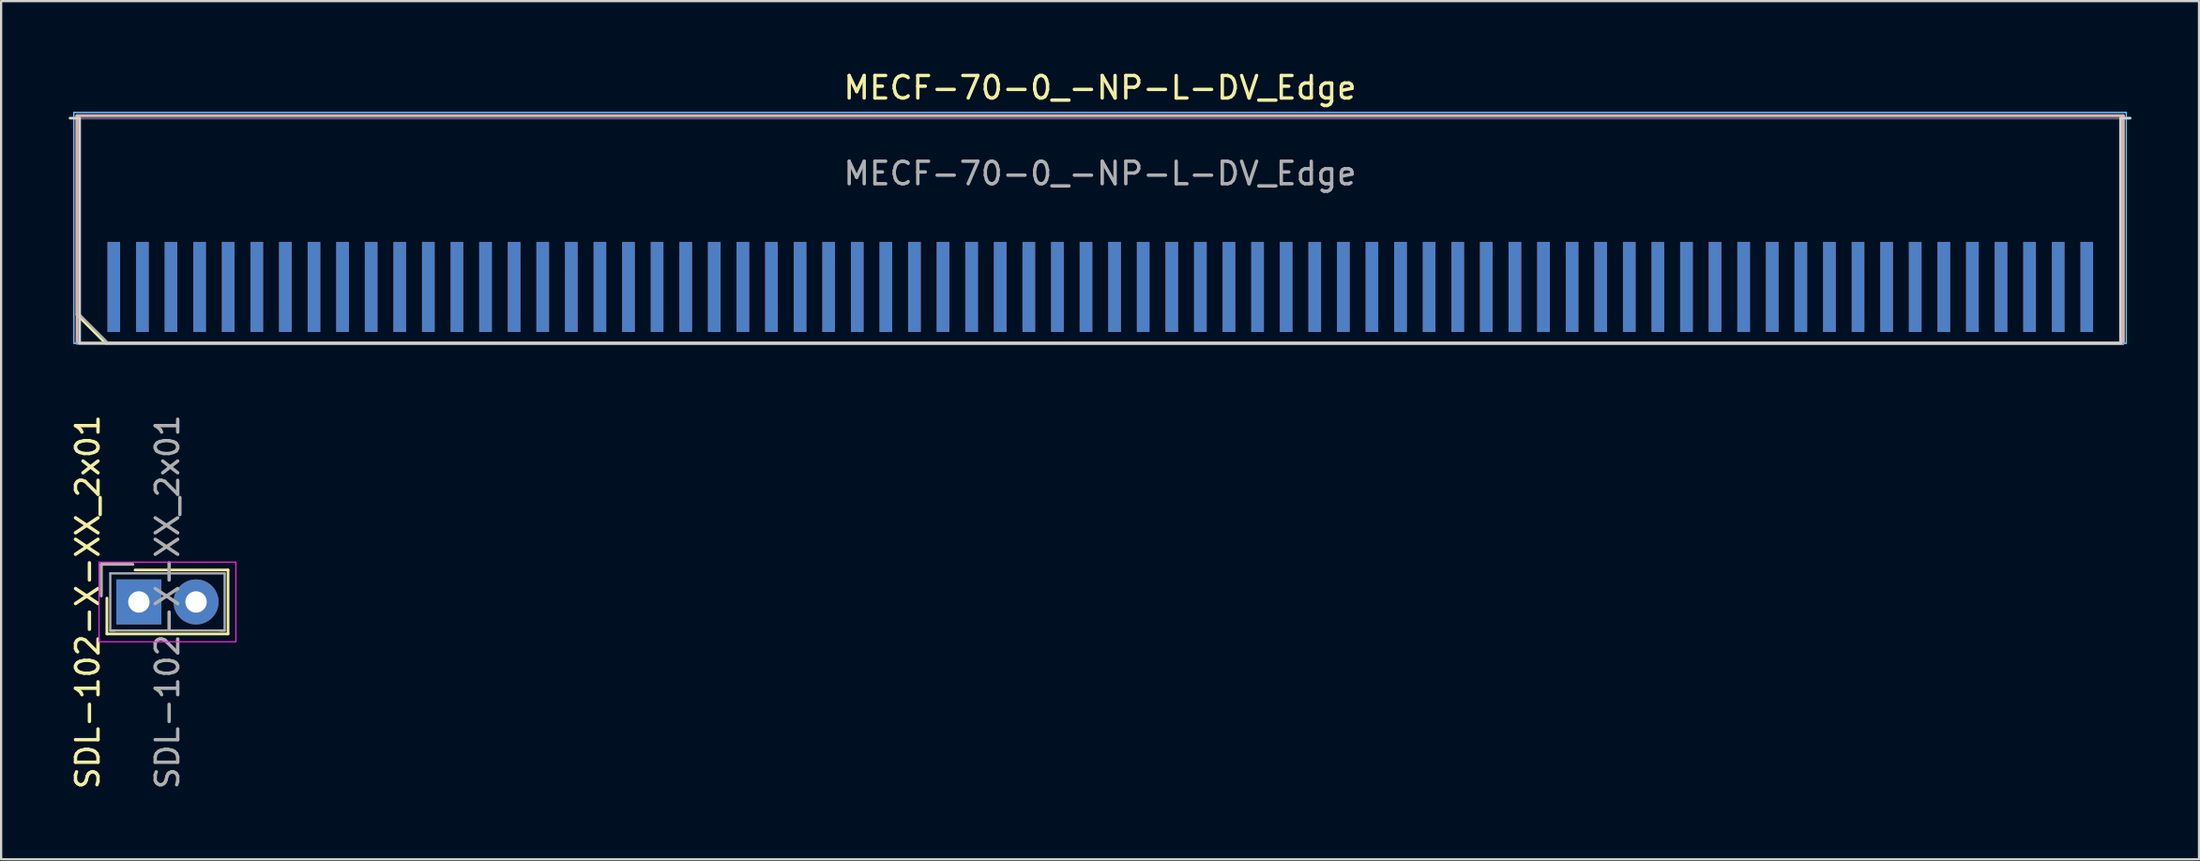
<source format=kicad_pcb>
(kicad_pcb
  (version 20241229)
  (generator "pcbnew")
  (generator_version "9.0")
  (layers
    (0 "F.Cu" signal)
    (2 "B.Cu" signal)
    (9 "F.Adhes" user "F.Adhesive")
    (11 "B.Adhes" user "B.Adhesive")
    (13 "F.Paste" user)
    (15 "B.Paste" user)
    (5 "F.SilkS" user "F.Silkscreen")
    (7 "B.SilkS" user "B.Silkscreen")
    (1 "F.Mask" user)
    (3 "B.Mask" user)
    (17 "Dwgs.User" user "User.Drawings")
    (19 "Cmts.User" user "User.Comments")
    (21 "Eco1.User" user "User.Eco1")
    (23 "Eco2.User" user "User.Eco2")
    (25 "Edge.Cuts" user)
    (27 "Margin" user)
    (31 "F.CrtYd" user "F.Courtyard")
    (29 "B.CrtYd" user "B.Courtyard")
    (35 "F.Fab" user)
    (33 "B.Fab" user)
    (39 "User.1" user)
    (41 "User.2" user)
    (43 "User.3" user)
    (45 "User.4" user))
  (footprint "SDL-102-X-XX_2x01"
    (layer "F.Cu")
    (at 3.118 23.693)
    (property "Reference" "SDL-102-X-XX_2x01" (at -2.27 0 90) (layer "F.SilkS") (effects (font (size 1 1) (thickness 0.15))))
    (attr through_hole)
    (fp_line (start -1.67 -1.67) (end -1.67 -0.27) (stroke (width 0.12) (type solid)) (layer "F.SilkS"))
    (fp_line (start -1.42 1.42) (end -1.42 -0.17) (stroke (width 0.12) (type solid)) (layer "F.SilkS"))
    (fp_line (start -0.27 -1.67) (end -1.67 -1.67) (stroke (width 0.12) (type solid)) (layer "F.SilkS"))
    (fp_line (start -0.17 -1.42) (end 3.96 -1.42) (stroke (width 0.12) (type solid)) (layer "F.SilkS"))
    (fp_line (start 3.96 -1.42) (end 3.96 1.42) (stroke (width 0.12) (type solid)) (layer "F.SilkS"))
    (fp_line (start 3.96 1.42) (end -1.42 1.42) (stroke (width 0.12) (type solid)) (layer "F.SilkS"))
    (fp_line (start -1.77 -1.77) (end -1.77 1.77) (stroke (width 0.05) (type solid)) (layer "F.CrtYd"))
    (fp_line (start -1.77 1.77) (end 4.31 1.77) (stroke (width 0.05) (type solid)) (layer "F.CrtYd"))
    (fp_line (start 4.31 -1.77) (end -1.77 -1.77) (stroke (width 0.05) (type solid)) (layer "F.CrtYd"))
    (fp_line (start 4.31 1.77) (end 4.31 -1.77) (stroke (width 0.05) (type solid)) (layer "F.CrtYd"))
    (fp_line (start -1.67 -1.67) (end -1.67 -0.27) (stroke (width 0.1) (type solid)) (layer "F.Fab"))
    (fp_line (start -1.27 -1.27) (end -1.27 1.27) (stroke (width 0.1) (type solid)) (layer "F.Fab"))
    (fp_line (start -1.27 1.27) (end -1.07 1.27) (stroke (width 0.1) (type solid)) (layer "F.Fab"))
    (fp_line (start -1.27 1.27) (end 3.81 1.27) (stroke (width 0.1) (type solid)) (layer "F.Fab"))
    (fp_line (start -0.27 -1.67) (end -1.67 -1.67) (stroke (width 0.1) (type solid)) (layer "F.Fab"))
    (fp_line (start 3.81 -1.27) (end -1.27 -1.27) (stroke (width 0.1) (type solid)) (layer "F.Fab"))
    (fp_line (start 3.81 1.27) (end 3.61 1.27) (stroke (width 0.1) (type solid)) (layer "F.Fab"))
    (fp_line (start 3.81 1.27) (end 3.81 -1.27) (stroke (width 0.1) (type solid)) (layer "F.Fab"))
    (fp_text user "${REFERENCE}" (at 1.27 0 90) (layer "F.Fab") (effects (font (size 1 1) (thickness 0.15))))
    (pad "1" thru_hole rect (at 0 0) (size 2 2) (drill 0.95) (layers "*.Cu" "*.Mask"))
    (pad "2" thru_hole circle (at 2.54 0) (size 2 2) (drill 0.95) (layers "*.Cu" "*.Mask")))
  (footprint "MECF-70-0_-NP-L-DV_Edge"
    (layer "F.Cu")
    (at 45.81 7.198)
    (property "Reference" "MECF-70-0_-NP-L-DV_Edge" (at 0 -6.35 0) (layer "F.SilkS") (effects (font (size 1 1) (thickness 0.15))))
    (attr exclude_from_pos_files exclude_from_bom)
    (fp_line (start -45.44 -5.11) (end 45.44 -5.11) (stroke (width 0.12) (type solid)) (layer "F.SilkS"))
    (fp_line (start -45.44 3.73) (end -45.44 -5.11) (stroke (width 0.12) (type solid)) (layer "F.SilkS"))
    (fp_line (start -44.17 5) (end -45.44 3.73) (stroke (width 0.12) (type solid)) (layer "F.SilkS"))
    (fp_line (start -44.17 5) (end 45.44 5) (stroke (width 0.12) (type solid)) (layer "F.SilkS"))
    (fp_line (start 45.44 5) (end 45.44 -5.11) (stroke (width 0.12) (type solid)) (layer "F.SilkS"))
    (fp_line (start -45.44 -5.11) (end 45.44 -5.11) (stroke (width 0.12) (type solid)) (layer "B.SilkS"))
    (fp_line (start -45.44 5) (end -45.44 -5.11) (stroke (width 0.12) (type solid)) (layer "B.SilkS"))
    (fp_line (start -45.44 5) (end 45.44 5) (stroke (width 0.12) (type solid)) (layer "B.SilkS"))
    (fp_line (start 45.44 5) (end 45.44 -5.11) (stroke (width 0.12) (type solid)) (layer "B.SilkS"))
    (fp_line (start -45.75 -5) (end -45.325 -5) (stroke (width 0.12) (type solid)) (layer "Edge.Cuts"))
    (fp_line (start -45.325 5) (end -45.325 -5) (stroke (width 0.12) (type solid)) (layer "Edge.Cuts"))
    (fp_line (start -45.325 5) (end 45.325 5) (stroke (width 0.12) (type solid)) (layer "Edge.Cuts"))
    (fp_line (start 45.325 5) (end 45.325 -5) (stroke (width 0.12) (type solid)) (layer "Edge.Cuts"))
    (fp_line (start 45.75 -5) (end 45.325 -5) (stroke (width 0.12) (type solid)) (layer "Edge.Cuts"))
    (fp_line (start -45.58 -5.25) (end -45.58 5) (stroke (width 0.05) (type solid)) (layer "B.CrtYd"))
    (fp_line (start -45.58 5) (end 45.58 5) (stroke (width 0.05) (type solid)) (layer "B.CrtYd"))
    (fp_line (start 45.58 -5.25) (end -45.58 -5.25) (stroke (width 0.05) (type solid)) (layer "B.CrtYd"))
    (fp_line (start 45.58 5) (end 45.58 -5.25) (stroke (width 0.05) (type solid)) (layer "B.CrtYd"))
    (fp_line (start -45.58 -5.25) (end -45.58 5) (stroke (width 0.05) (type solid)) (layer "F.CrtYd"))
    (fp_line (start -45.58 5) (end 45.58 5) (stroke (width 0.05) (type solid)) (layer "F.CrtYd"))
    (fp_line (start 45.58 -5.25) (end -45.58 -5.25) (stroke (width 0.05) (type solid)) (layer "F.CrtYd"))
    (fp_line (start 45.58 5) (end 45.58 -5.25) (stroke (width 0.05) (type solid)) (layer "F.CrtYd"))
    (fp_line (start -45.325 -5) (end 45.325 -5) (stroke (width 0.1) (type solid)) (layer "B.Fab"))
    (fp_line (start -45.325 5) (end -45.325 -5) (stroke (width 0.1) (type solid)) (layer "B.Fab"))
    (fp_line (start -45.325 5) (end 45.325 5) (stroke (width 0.1) (type solid)) (layer "B.Fab"))
    (fp_line (start 45.325 5) (end 45.325 -5) (stroke (width 0.1) (type solid)) (layer "B.Fab"))
    (fp_line (start -45.325 -5) (end 45.325 -5) (stroke (width 0.1) (type solid)) (layer "F.Fab"))
    (fp_line (start -45.325 3.73) (end -45.325 -5) (stroke (width 0.1) (type solid)) (layer "F.Fab"))
    (fp_line (start -45.325 3.73) (end -44.055 5) (stroke (width 0.1) (type solid)) (layer "F.Fab"))
    (fp_line (start -44.055 5) (end 45.325 5) (stroke (width 0.1) (type solid)) (layer "F.Fab"))
    (fp_line (start 45.325 5) (end 45.325 -5) (stroke (width 0.1) (type solid)) (layer "F.Fab"))
    (fp_text user "${REFERENCE}" (at 0 -2.54 0) (layer "F.Fab") (effects (font (size 1 1) (thickness 0.15))))
    (pad "1" smd rect (at -43.805 2.5) (size 0.56 4) (layers "F.Cu" "F.Mask" "F.Paste"))
    (pad "2" smd rect (at -43.805 2.5) (size 0.56 4) (layers "B.Cu" "B.Mask" "B.Paste"))
    (pad "3" smd rect (at -42.535 2.5) (size 0.56 4) (layers "F.Cu" "F.Mask" "F.Paste"))
    (pad "4" smd rect (at -42.535 2.5) (size 0.56 4) (layers "B.Cu" "B.Mask" "B.Paste"))
    (pad "5" smd rect (at -41.265 2.5) (size 0.56 4) (layers "F.Cu" "F.Mask" "F.Paste"))
    (pad "6" smd rect (at -41.265 2.5) (size 0.56 4) (layers "B.Cu" "B.Mask" "B.Paste"))
    (pad "7" smd rect (at -39.995 2.5) (size 0.56 4) (layers "F.Cu" "F.Mask" "F.Paste"))
    (pad "8" smd rect (at -39.995 2.5) (size 0.56 4) (layers "B.Cu" "B.Mask" "B.Paste"))
    (pad "9" smd rect (at -38.725 2.5) (size 0.56 4) (layers "F.Cu" "F.Mask" "F.Paste"))
    (pad "10" smd rect (at -38.725 2.5) (size 0.56 4) (layers "B.Cu" "B.Mask" "B.Paste"))
    (pad "11" smd rect (at -37.455 2.5) (size 0.56 4) (layers "F.Cu" "F.Mask" "F.Paste"))
    (pad "12" smd rect (at -37.455 2.5) (size 0.56 4) (layers "B.Cu" "B.Mask" "B.Paste"))
    (pad "13" smd rect (at -36.185 2.5) (size 0.56 4) (layers "F.Cu" "F.Mask" "F.Paste"))
    (pad "14" smd rect (at -36.185 2.5) (size 0.56 4) (layers "B.Cu" "B.Mask" "B.Paste"))
    (pad "15" smd rect (at -34.915 2.5) (size 0.56 4) (layers "F.Cu" "F.Mask" "F.Paste"))
    (pad "16" smd rect (at -34.915 2.5) (size 0.56 4) (layers "B.Cu" "B.Mask" "B.Paste"))
    (pad "17" smd rect (at -33.645 2.5) (size 0.56 4) (layers "F.Cu" "F.Mask" "F.Paste"))
    (pad "18" smd rect (at -33.645 2.5) (size 0.56 4) (layers "B.Cu" "B.Mask" "B.Paste"))
    (pad "19" smd rect (at -32.375 2.5) (size 0.56 4) (layers "F.Cu" "F.Mask" "F.Paste"))
    (pad "20" smd rect (at -32.375 2.5) (size 0.56 4) (layers "B.Cu" "B.Mask" "B.Paste"))
    (pad "21" smd rect (at -31.105 2.5) (size 0.56 4) (layers "F.Cu" "F.Mask" "F.Paste"))
    (pad "22" smd rect (at -31.105 2.5) (size 0.56 4) (layers "B.Cu" "B.Mask" "B.Paste"))
    (pad "23" smd rect (at -29.835 2.5) (size 0.56 4) (layers "F.Cu" "F.Mask" "F.Paste"))
    (pad "24" smd rect (at -29.835 2.5) (size 0.56 4) (layers "B.Cu" "B.Mask" "B.Paste"))
    (pad "25" smd rect (at -28.565 2.5) (size 0.56 4) (layers "F.Cu" "F.Mask" "F.Paste"))
    (pad "26" smd rect (at -28.565 2.5) (size 0.56 4) (layers "B.Cu" "B.Mask" "B.Paste"))
    (pad "27" smd rect (at -27.295 2.5) (size 0.56 4) (layers "F.Cu" "F.Mask" "F.Paste"))
    (pad "28" smd rect (at -27.295 2.5) (size 0.56 4) (layers "B.Cu" "B.Mask" "B.Paste"))
    (pad "29" smd rect (at -26.025 2.5) (size 0.56 4) (layers "F.Cu" "F.Mask" "F.Paste"))
    (pad "30" smd rect (at -26.025 2.5) (size 0.56 4) (layers "B.Cu" "B.Mask" "B.Paste"))
    (pad "31" smd rect (at -24.755 2.5) (size 0.56 4) (layers "F.Cu" "F.Mask" "F.Paste"))
    (pad "32" smd rect (at -24.755 2.5) (size 0.56 4) (layers "B.Cu" "B.Mask" "B.Paste"))
    (pad "33" smd rect (at -23.485 2.5) (size 0.56 4) (layers "F.Cu" "F.Mask" "F.Paste"))
    (pad "34" smd rect (at -23.485 2.5) (size 0.56 4) (layers "B.Cu" "B.Mask" "B.Paste"))
    (pad "35" smd rect (at -22.215 2.5) (size 0.56 4) (layers "F.Cu" "F.Mask" "F.Paste"))
    (pad "36" smd rect (at -22.215 2.5) (size 0.56 4) (layers "B.Cu" "B.Mask" "B.Paste"))
    (pad "37" smd rect (at -20.945 2.5) (size 0.56 4) (layers "F.Cu" "F.Mask" "F.Paste"))
    (pad "38" smd rect (at -20.945 2.5) (size 0.56 4) (layers "B.Cu" "B.Mask" "B.Paste"))
    (pad "39" smd rect (at -19.675 2.5) (size 0.56 4) (layers "F.Cu" "F.Mask" "F.Paste"))
    (pad "40" smd rect (at -19.675 2.5) (size 0.56 4) (layers "B.Cu" "B.Mask" "B.Paste"))
    (pad "41" smd rect (at -18.405 2.5) (size 0.56 4) (layers "F.Cu" "F.Mask" "F.Paste"))
    (pad "42" smd rect (at -18.405 2.5) (size 0.56 4) (layers "B.Cu" "B.Mask" "B.Paste"))
    (pad "43" smd rect (at -17.135 2.5) (size 0.56 4) (layers "F.Cu" "F.Mask" "F.Paste"))
    (pad "44" smd rect (at -17.135 2.5) (size 0.56 4) (layers "B.Cu" "B.Mask" "B.Paste"))
    (pad "45" smd rect (at -15.865 2.5) (size 0.56 4) (layers "F.Cu" "F.Mask" "F.Paste"))
    (pad "46" smd rect (at -15.865 2.5) (size 0.56 4) (layers "B.Cu" "B.Mask" "B.Paste"))
    (pad "47" smd rect (at -14.595 2.5) (size 0.56 4) (layers "F.Cu" "F.Mask" "F.Paste"))
    (pad "48" smd rect (at -14.595 2.5) (size 0.56 4) (layers "B.Cu" "B.Mask" "B.Paste"))
    (pad "49" smd rect (at -13.325 2.5) (size 0.56 4) (layers "F.Cu" "F.Mask" "F.Paste"))
    (pad "50" smd rect (at -13.325 2.5) (size 0.56 4) (layers "B.Cu" "B.Mask" "B.Paste"))
    (pad "51" smd rect (at -12.055 2.5) (size 0.56 4) (layers "F.Cu" "F.Mask" "F.Paste"))
    (pad "52" smd rect (at -12.055 2.5) (size 0.56 4) (layers "B.Cu" "B.Mask" "B.Paste"))
    (pad "53" smd rect (at -10.785 2.5) (size 0.56 4) (layers "F.Cu" "F.Mask" "F.Paste"))
    (pad "54" smd rect (at -10.785 2.5) (size 0.56 4) (layers "B.Cu" "B.Mask" "B.Paste"))
    (pad "55" smd rect (at -9.515 2.5) (size 0.56 4) (layers "F.Cu" "F.Mask" "F.Paste"))
    (pad "56" smd rect (at -9.515 2.5) (size 0.56 4) (layers "B.Cu" "B.Mask" "B.Paste"))
    (pad "57" smd rect (at -8.245 2.5) (size 0.56 4) (layers "F.Cu" "F.Mask" "F.Paste"))
    (pad "58" smd rect (at -8.245 2.5) (size 0.56 4) (layers "B.Cu" "B.Mask" "B.Paste"))
    (pad "59" smd rect (at -6.975 2.5) (size 0.56 4) (layers "F.Cu" "F.Mask" "F.Paste"))
    (pad "60" smd rect (at -6.975 2.5) (size 0.56 4) (layers "B.Cu" "B.Mask" "B.Paste"))
    (pad "61" smd rect (at -5.705 2.5) (size 0.56 4) (layers "F.Cu" "F.Mask" "F.Paste"))
    (pad "62" smd rect (at -5.705 2.5) (size 0.56 4) (layers "B.Cu" "B.Mask" "B.Paste"))
    (pad "63" smd rect (at -4.435 2.5) (size 0.56 4) (layers "F.Cu" "F.Mask" "F.Paste"))
    (pad "64" smd rect (at -4.435 2.5) (size 0.56 4) (layers "B.Cu" "B.Mask" "B.Paste"))
    (pad "65" smd rect (at -3.165 2.5) (size 0.56 4) (layers "F.Cu" "F.Mask" "F.Paste"))
    (pad "66" smd rect (at -3.165 2.5) (size 0.56 4) (layers "B.Cu" "B.Mask" "B.Paste"))
    (pad "67" smd rect (at -1.895 2.5) (size 0.56 4) (layers "F.Cu" "F.Mask" "F.Paste"))
    (pad "68" smd rect (at -1.895 2.5) (size 0.56 4) (layers "B.Cu" "B.Mask" "B.Paste"))
    (pad "69" smd rect (at -0.625 2.5) (size 0.56 4) (layers "F.Cu" "F.Mask" "F.Paste"))
    (pad "70" smd rect (at -0.625 2.5) (size 0.56 4) (layers "B.Cu" "B.Mask" "B.Paste"))
    (pad "71" smd rect (at 0.645 2.5) (size 0.56 4) (layers "F.Cu" "F.Mask" "F.Paste"))
    (pad "72" smd rect (at 0.645 2.5) (size 0.56 4) (layers "B.Cu" "B.Mask" "B.Paste"))
    (pad "73" smd rect (at 1.915 2.5) (size 0.56 4) (layers "F.Cu" "F.Mask" "F.Paste"))
    (pad "74" smd rect (at 1.915 2.5) (size 0.56 4) (layers "B.Cu" "B.Mask" "B.Paste"))
    (pad "75" smd rect (at 3.185 2.5) (size 0.56 4) (layers "F.Cu" "F.Mask" "F.Paste"))
    (pad "76" smd rect (at 3.185 2.5) (size 0.56 4) (layers "B.Cu" "B.Mask" "B.Paste"))
    (pad "77" smd rect (at 4.455 2.5) (size 0.56 4) (layers "F.Cu" "F.Mask" "F.Paste"))
    (pad "78" smd rect (at 4.455 2.5) (size 0.56 4) (layers "B.Cu" "B.Mask" "B.Paste"))
    (pad "79" smd rect (at 5.725 2.5) (size 0.56 4) (layers "F.Cu" "F.Mask" "F.Paste"))
    (pad "80" smd rect (at 5.725 2.5) (size 0.56 4) (layers "B.Cu" "B.Mask" "B.Paste"))
    (pad "81" smd rect (at 6.995 2.5) (size 0.56 4) (layers "F.Cu" "F.Mask" "F.Paste"))
    (pad "82" smd rect (at 6.995 2.5) (size 0.56 4) (layers "B.Cu" "B.Mask" "B.Paste"))
    (pad "83" smd rect (at 8.265 2.5) (size 0.56 4) (layers "F.Cu" "F.Mask" "F.Paste"))
    (pad "84" smd rect (at 8.265 2.5) (size 0.56 4) (layers "B.Cu" "B.Mask" "B.Paste"))
    (pad "85" smd rect (at 9.535 2.5) (size 0.56 4) (layers "F.Cu" "F.Mask" "F.Paste"))
    (pad "86" smd rect (at 9.535 2.5) (size 0.56 4) (layers "B.Cu" "B.Mask" "B.Paste"))
    (pad "87" smd rect (at 10.805 2.5) (size 0.56 4) (layers "F.Cu" "F.Mask" "F.Paste"))
    (pad "88" smd rect (at 10.805 2.5) (size 0.56 4) (layers "B.Cu" "B.Mask" "B.Paste"))
    (pad "89" smd rect (at 12.075 2.5) (size 0.56 4) (layers "F.Cu" "F.Mask" "F.Paste"))
    (pad "90" smd rect (at 12.075 2.5) (size 0.56 4) (layers "B.Cu" "B.Mask" "B.Paste"))
    (pad "91" smd rect (at 13.345 2.5) (size 0.56 4) (layers "F.Cu" "F.Mask" "F.Paste"))
    (pad "92" smd rect (at 13.345 2.5) (size 0.56 4) (layers "B.Cu" "B.Mask" "B.Paste"))
    (pad "93" smd rect (at 14.615 2.5) (size 0.56 4) (layers "F.Cu" "F.Mask" "F.Paste"))
    (pad "94" smd rect (at 14.615 2.5) (size 0.56 4) (layers "B.Cu" "B.Mask" "B.Paste"))
    (pad "95" smd rect (at 15.885 2.5) (size 0.56 4) (layers "F.Cu" "F.Mask" "F.Paste"))
    (pad "96" smd rect (at 15.885 2.5) (size 0.56 4) (layers "B.Cu" "B.Mask" "B.Paste"))
    (pad "97" smd rect (at 17.155 2.5) (size 0.56 4) (layers "F.Cu" "F.Mask" "F.Paste"))
    (pad "98" smd rect (at 17.155 2.5) (size 0.56 4) (layers "B.Cu" "B.Mask" "B.Paste"))
    (pad "99" smd rect (at 18.425 2.5) (size 0.56 4) (layers "F.Cu" "F.Mask" "F.Paste"))
    (pad "100" smd rect (at 18.425 2.5) (size 0.56 4) (layers "B.Cu" "B.Mask" "B.Paste"))
    (pad "101" smd rect (at 19.695 2.5) (size 0.56 4) (layers "F.Cu" "F.Mask" "F.Paste"))
    (pad "102" smd rect (at 19.695 2.5) (size 0.56 4) (layers "B.Cu" "B.Mask" "B.Paste"))
    (pad "103" smd rect (at 20.965 2.5) (size 0.56 4) (layers "F.Cu" "F.Mask" "F.Paste"))
    (pad "104" smd rect (at 20.965 2.5) (size 0.56 4) (layers "B.Cu" "B.Mask" "B.Paste"))
    (pad "105" smd rect (at 22.235 2.5) (size 0.56 4) (layers "F.Cu" "F.Mask" "F.Paste"))
    (pad "106" smd rect (at 22.235 2.5) (size 0.56 4) (layers "B.Cu" "B.Mask" "B.Paste"))
    (pad "107" smd rect (at 23.505 2.5) (size 0.56 4) (layers "F.Cu" "F.Mask" "F.Paste"))
    (pad "108" smd rect (at 23.505 2.5) (size 0.56 4) (layers "B.Cu" "B.Mask" "B.Paste"))
    (pad "109" smd rect (at 24.775 2.5) (size 0.56 4) (layers "F.Cu" "F.Mask" "F.Paste"))
    (pad "110" smd rect (at 24.775 2.5) (size 0.56 4) (layers "B.Cu" "B.Mask" "B.Paste"))
    (pad "111" smd rect (at 26.045 2.5) (size 0.56 4) (layers "F.Cu" "F.Mask" "F.Paste"))
    (pad "112" smd rect (at 26.045 2.5) (size 0.56 4) (layers "B.Cu" "B.Mask" "B.Paste"))
    (pad "113" smd rect (at 27.315 2.5) (size 0.56 4) (layers "F.Cu" "F.Mask" "F.Paste"))
    (pad "114" smd rect (at 27.315 2.5) (size 0.56 4) (layers "B.Cu" "B.Mask" "B.Paste"))
    (pad "115" smd rect (at 28.585 2.5) (size 0.56 4) (layers "F.Cu" "F.Mask" "F.Paste"))
    (pad "116" smd rect (at 28.585 2.5) (size 0.56 4) (layers "B.Cu" "B.Mask" "B.Paste"))
    (pad "117" smd rect (at 29.855 2.5) (size 0.56 4) (layers "F.Cu" "F.Mask" "F.Paste"))
    (pad "118" smd rect (at 29.855 2.5) (size 0.56 4) (layers "B.Cu" "B.Mask" "B.Paste"))
    (pad "119" smd rect (at 31.125 2.5) (size 0.56 4) (layers "F.Cu" "F.Mask" "F.Paste"))
    (pad "120" smd rect (at 31.125 2.5) (size 0.56 4) (layers "B.Cu" "B.Mask" "B.Paste"))
    (pad "121" smd rect (at 32.395 2.5) (size 0.56 4) (layers "F.Cu" "F.Mask" "F.Paste"))
    (pad "122" smd rect (at 32.395 2.5) (size 0.56 4) (layers "B.Cu" "B.Mask" "B.Paste"))
    (pad "123" smd rect (at 33.665 2.5) (size 0.56 4) (layers "F.Cu" "F.Mask" "F.Paste"))
    (pad "124" smd rect (at 33.665 2.5) (size 0.56 4) (layers "B.Cu" "B.Mask" "B.Paste"))
    (pad "125" smd rect (at 34.935 2.5) (size 0.56 4) (layers "F.Cu" "F.Mask" "F.Paste"))
    (pad "126" smd rect (at 34.935 2.5) (size 0.56 4) (layers "B.Cu" "B.Mask" "B.Paste"))
    (pad "127" smd rect (at 36.205 2.5) (size 0.56 4) (layers "F.Cu" "F.Mask" "F.Paste"))
    (pad "128" smd rect (at 36.205 2.5) (size 0.56 4) (layers "B.Cu" "B.Mask" "B.Paste"))
    (pad "129" smd rect (at 37.475 2.5) (size 0.56 4) (layers "F.Cu" "F.Mask" "F.Paste"))
    (pad "130" smd rect (at 37.475 2.5) (size 0.56 4) (layers "B.Cu" "B.Mask" "B.Paste"))
    (pad "131" smd rect (at 38.745 2.5) (size 0.56 4) (layers "F.Cu" "F.Mask" "F.Paste"))
    (pad "132" smd rect (at 38.745 2.5) (size 0.56 4) (layers "B.Cu" "B.Mask" "B.Paste"))
    (pad "133" smd rect (at 40.015 2.5) (size 0.56 4) (layers "F.Cu" "F.Mask" "F.Paste"))
    (pad "134" smd rect (at 40.015 2.5) (size 0.56 4) (layers "B.Cu" "B.Mask" "B.Paste"))
    (pad "135" smd rect (at 41.285 2.5) (size 0.56 4) (layers "F.Cu" "F.Mask" "F.Paste"))
    (pad "136" smd rect (at 41.285 2.5) (size 0.56 4) (layers "B.Cu" "B.Mask" "B.Paste"))
    (pad "137" smd rect (at 42.555 2.5) (size 0.56 4) (layers "F.Cu" "F.Mask" "F.Paste"))
    (pad "138" smd rect (at 42.555 2.5) (size 0.56 4) (layers "B.Cu" "B.Mask" "B.Paste"))
    (pad "139" smd rect (at 43.825 2.5) (size 0.56 4) (layers "F.Cu" "F.Mask" "F.Paste"))
    (pad "140" smd rect (at 43.825 2.5) (size 0.56 4) (layers "B.Cu" "B.Mask" "B.Paste")))
  (gr_rect
    (start -3 -3)
    (end 94.62 35.127)
    (stroke (width 0.1) (type default))
    (fill no)
    (layer "Edge.Cuts")))
</source>
